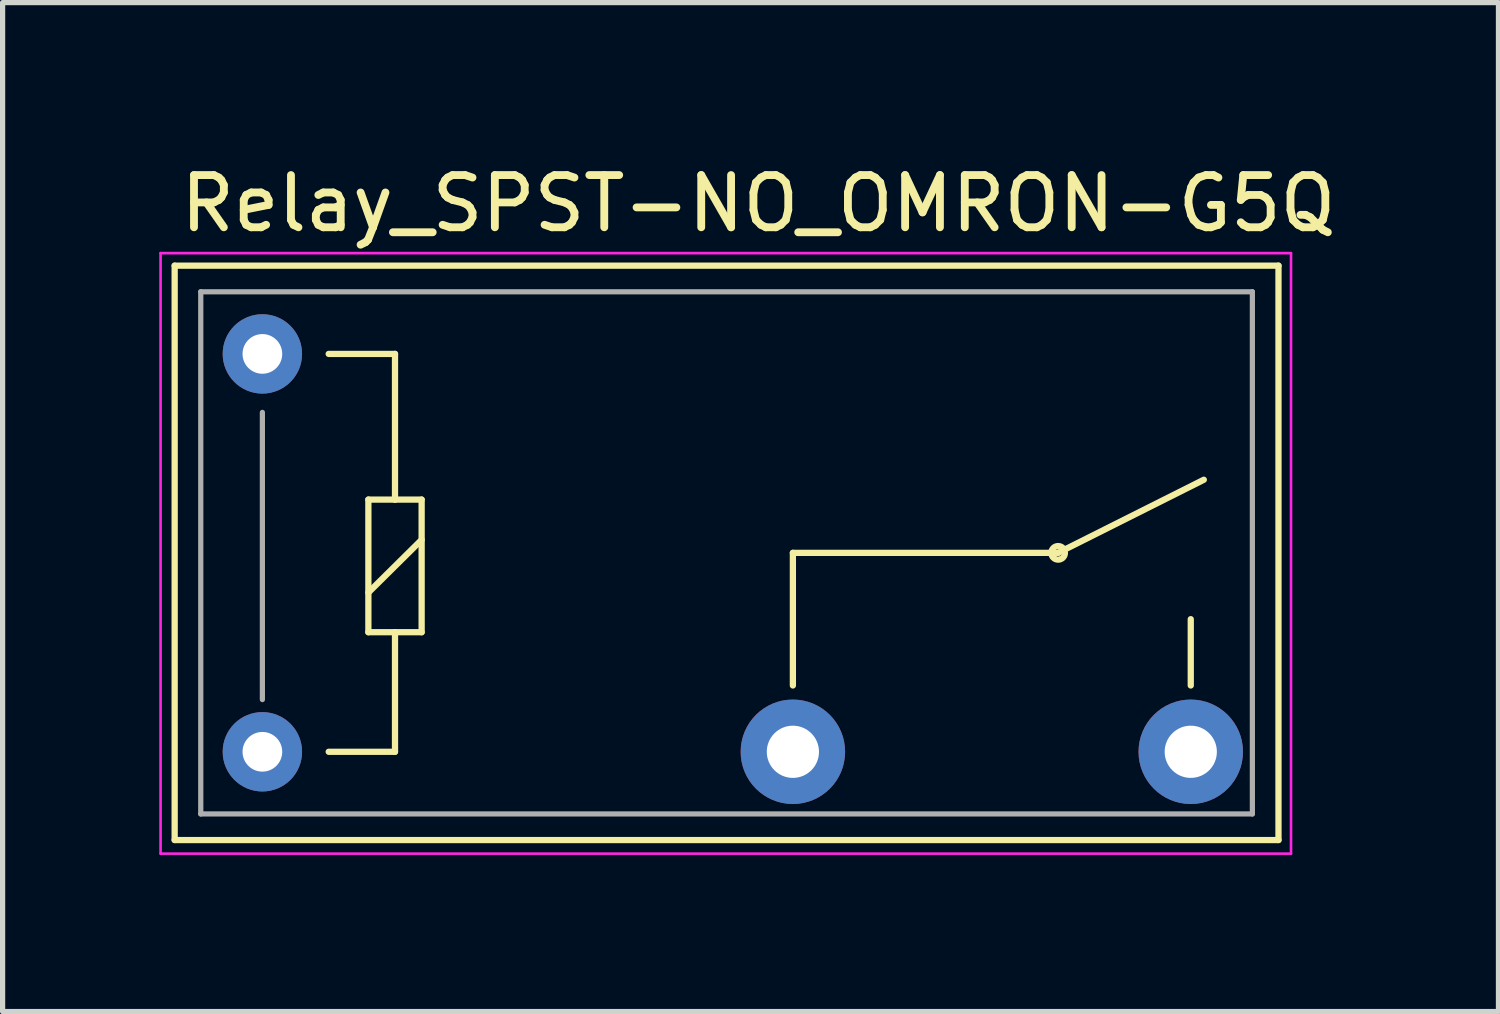
<source format=kicad_pcb>
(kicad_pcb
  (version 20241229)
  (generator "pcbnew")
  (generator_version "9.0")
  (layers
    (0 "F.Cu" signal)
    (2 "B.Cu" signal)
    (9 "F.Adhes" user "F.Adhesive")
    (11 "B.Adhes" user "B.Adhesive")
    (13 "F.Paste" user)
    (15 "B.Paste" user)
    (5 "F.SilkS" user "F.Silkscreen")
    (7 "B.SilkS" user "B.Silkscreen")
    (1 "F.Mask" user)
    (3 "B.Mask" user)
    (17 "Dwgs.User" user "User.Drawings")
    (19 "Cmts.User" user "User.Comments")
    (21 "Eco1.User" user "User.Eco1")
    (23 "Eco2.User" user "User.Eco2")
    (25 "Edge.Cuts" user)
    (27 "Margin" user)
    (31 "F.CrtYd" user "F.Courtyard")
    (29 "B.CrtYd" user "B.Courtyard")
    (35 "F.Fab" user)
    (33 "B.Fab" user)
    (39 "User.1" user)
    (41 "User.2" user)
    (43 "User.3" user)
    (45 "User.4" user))
  (footprint "Relay_SPST-NO_OMRON-G5Q"
    (layer "F.Cu")
    (at 1.975 11.348)
    (property "Reference" "Relay_SPST-NO_OMRON-G5Q" (at 9.5 -10.5 180) (layer "F.SilkS") (effects (font (size 1 1) (thickness 0.15))))
    (attr through_hole)
    (fp_line (start -1.68 -9.31) (end 19.46 -9.31) (stroke (width 0.12) (type solid)) (layer "F.SilkS"))
    (fp_line (start -1.68 1.69) (end -1.68 -9.31) (stroke (width 0.12) (type solid)) (layer "F.SilkS"))
    (fp_line (start -1.68 1.69) (end 19.46 1.69) (stroke (width 0.12) (type solid)) (layer "F.SilkS"))
    (fp_line (start 1.27 0) (end 2.54 0) (stroke (width 0.12) (type solid)) (layer "F.SilkS"))
    (fp_line (start 2.03 -4.83) (end 2.54 -4.83) (stroke (width 0.12) (type solid)) (layer "F.SilkS"))
    (fp_line (start 2.03 -3.05) (end 3.05 -4.06) (stroke (width 0.12) (type solid)) (layer "F.SilkS"))
    (fp_line (start 2.03 -2.29) (end 2.03 -4.83) (stroke (width 0.12) (type solid)) (layer "F.SilkS"))
    (fp_line (start 2.54 -7.62) (end 1.27 -7.62) (stroke (width 0.12) (type solid)) (layer "F.SilkS"))
    (fp_line (start 2.54 -4.83) (end 2.54 -7.62) (stroke (width 0.12) (type solid)) (layer "F.SilkS"))
    (fp_line (start 2.54 -4.83) (end 3.05 -4.83) (stroke (width 0.12) (type solid)) (layer "F.SilkS"))
    (fp_line (start 2.54 -2.29) (end 2.03 -2.29) (stroke (width 0.12) (type solid)) (layer "F.SilkS"))
    (fp_line (start 2.54 0) (end 2.54 -2.29) (stroke (width 0.12) (type solid)) (layer "F.SilkS"))
    (fp_line (start 3.05 -4.83) (end 3.05 -2.29) (stroke (width 0.12) (type solid)) (layer "F.SilkS"))
    (fp_line (start 3.05 -2.29) (end 2.54 -2.29) (stroke (width 0.12) (type solid)) (layer "F.SilkS"))
    (fp_line (start 10.16 -3.81) (end 15.24 -3.81) (stroke (width 0.12) (type solid)) (layer "F.SilkS"))
    (fp_line (start 10.16 -1.27) (end 10.16 -3.81) (stroke (width 0.12) (type solid)) (layer "F.SilkS"))
    (fp_line (start 15.24 -3.81) (end 18.03 -5.21) (stroke (width 0.12) (type solid)) (layer "F.SilkS"))
    (fp_line (start 17.78 -1.27) (end 17.78 -2.54) (stroke (width 0.12) (type solid)) (layer "F.SilkS"))
    (fp_line (start 19.46 1.69) (end 19.46 -9.31) (stroke (width 0.12) (type solid)) (layer "F.SilkS"))
    (fp_circle (center 15.24 -3.81) (end 15.24 -3.68) (stroke (width 0.12) (type solid)) (fill no) (layer "F.SilkS"))
    (fp_line (start -1.95 -9.55) (end 19.7 -9.55) (stroke (width 0.05) (type solid)) (layer "F.CrtYd"))
    (fp_line (start -1.95 1.95) (end -1.95 -9.55) (stroke (width 0.05) (type solid)) (layer "F.CrtYd"))
    (fp_line (start 19.7 -9.55) (end 19.7 1.95) (stroke (width 0.05) (type solid)) (layer "F.CrtYd"))
    (fp_line (start 19.7 1.95) (end -1.95 1.95) (stroke (width 0.05) (type solid)) (layer "F.CrtYd"))
    (fp_line (start -1.18 -8.81) (end 18.96 -8.81) (stroke (width 0.1) (type solid)) (layer "F.Fab"))
    (fp_line (start -1.18 1.19) (end -1.18 -8.81) (stroke (width 0.1) (type solid)) (layer "F.Fab"))
    (fp_line (start 0 -1) (end 0 -6.5) (stroke (width 0.1) (type solid)) (layer "F.Fab"))
    (fp_line (start 18.96 -8.81) (end 18.96 1.19) (stroke (width 0.1) (type solid)) (layer "F.Fab"))
    (fp_line (start 18.96 1.19) (end -1.18 1.19) (stroke (width 0.1) (type solid)) (layer "F.Fab"))
    (pad "11" thru_hole circle (at 0 -7.62 180) (size 1.52 1.52) (drill 0.76) (layers "*.Cu" "*.Mask"))
    (pad "14" thru_hole circle (at 0 0 180) (size 1.52 1.52) (drill 0.76) (layers "*.Cu" "*.Mask"))
    (pad "A1" thru_hole circle (at 10.16 0 180) (size 2 2) (drill 1) (layers "*.Cu" "*.Mask"))
    (pad "A2" thru_hole circle (at 17.78 0 180) (size 2 2) (drill 1) (layers "*.Cu" "*.Mask")))
  (gr_rect
    (start -3 -3)
    (end 25.648 16.323)
    (stroke (width 0.1) (type default))
    (fill no)
    (layer "Edge.Cuts")))
</source>
